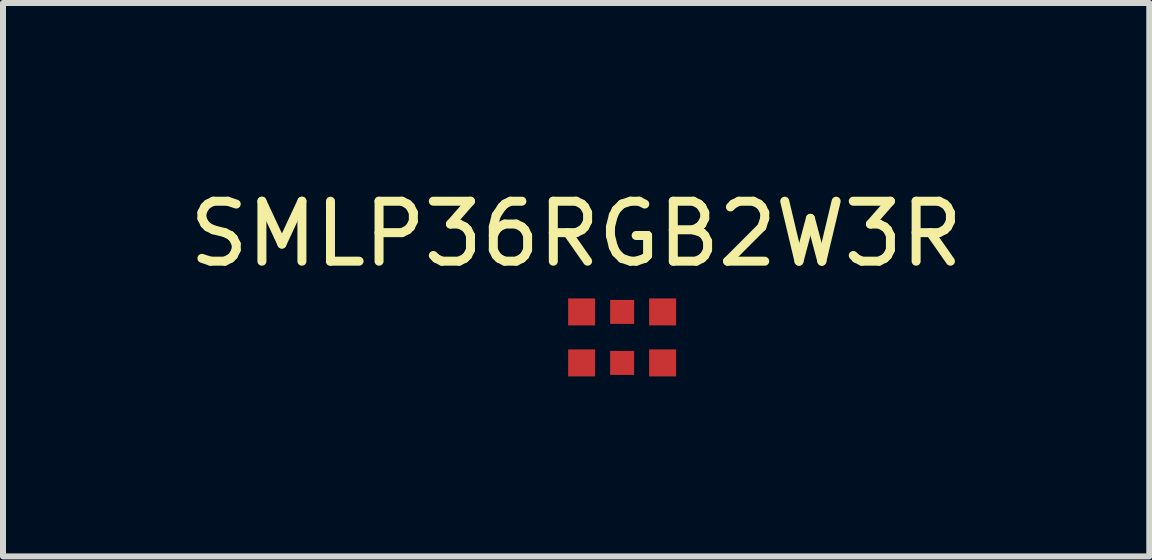
<source format=kicad_pcb>
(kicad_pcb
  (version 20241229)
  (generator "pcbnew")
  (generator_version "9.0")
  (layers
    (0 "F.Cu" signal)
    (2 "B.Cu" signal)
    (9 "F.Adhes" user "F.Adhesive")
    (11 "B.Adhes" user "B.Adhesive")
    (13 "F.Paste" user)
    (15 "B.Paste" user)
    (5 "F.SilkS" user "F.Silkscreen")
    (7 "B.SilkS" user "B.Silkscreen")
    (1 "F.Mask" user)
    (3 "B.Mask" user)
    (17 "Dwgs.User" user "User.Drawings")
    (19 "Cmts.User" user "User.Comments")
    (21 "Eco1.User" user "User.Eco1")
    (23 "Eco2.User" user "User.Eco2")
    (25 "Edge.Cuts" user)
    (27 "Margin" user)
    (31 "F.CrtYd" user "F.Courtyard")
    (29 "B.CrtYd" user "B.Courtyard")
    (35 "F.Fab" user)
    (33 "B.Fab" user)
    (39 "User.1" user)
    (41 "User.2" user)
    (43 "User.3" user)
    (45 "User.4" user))
  (footprint "SMLP36RGB2W3R"
    (layer "F.Cu")
    (at 6.645 2.149)
    (property "Reference" "SMLP36RGB2W3R" (at -0.091 -1.3 0) (layer "F.SilkS") (effects (font (size 1 1) (thickness 0.15))))
    (attr smd)
    (pad "1" smd rect (at 0 0) (size 0.45 0.45) (layers "F.Cu" "F.Mask" "F.Paste"))
    (pad "2" smd rect (at 0.675 0) (size 0.4 0.4) (layers "F.Cu" "F.Mask" "F.Paste"))
    (pad "3" smd rect (at 1.35 0) (size 0.45 0.45) (layers "F.Cu" "F.Mask" "F.Paste"))
    (pad "4" smd rect (at 1.35 0.85) (size 0.45 0.45) (layers "F.Cu" "F.Mask" "F.Paste"))
    (pad "5" smd rect (at 0.675 0.85) (size 0.4 0.4) (layers "F.Cu" "F.Mask" "F.Paste"))
    (pad "6" smd rect (at 0 0.85) (size 0.45 0.45) (layers "F.Cu" "F.Mask" "F.Paste")))
  (gr_rect
    (start -3 -3)
    (end 16.107 6.224)
    (stroke (width 0.1) (type default))
    (fill no)
    (layer "Edge.Cuts")))
</source>
